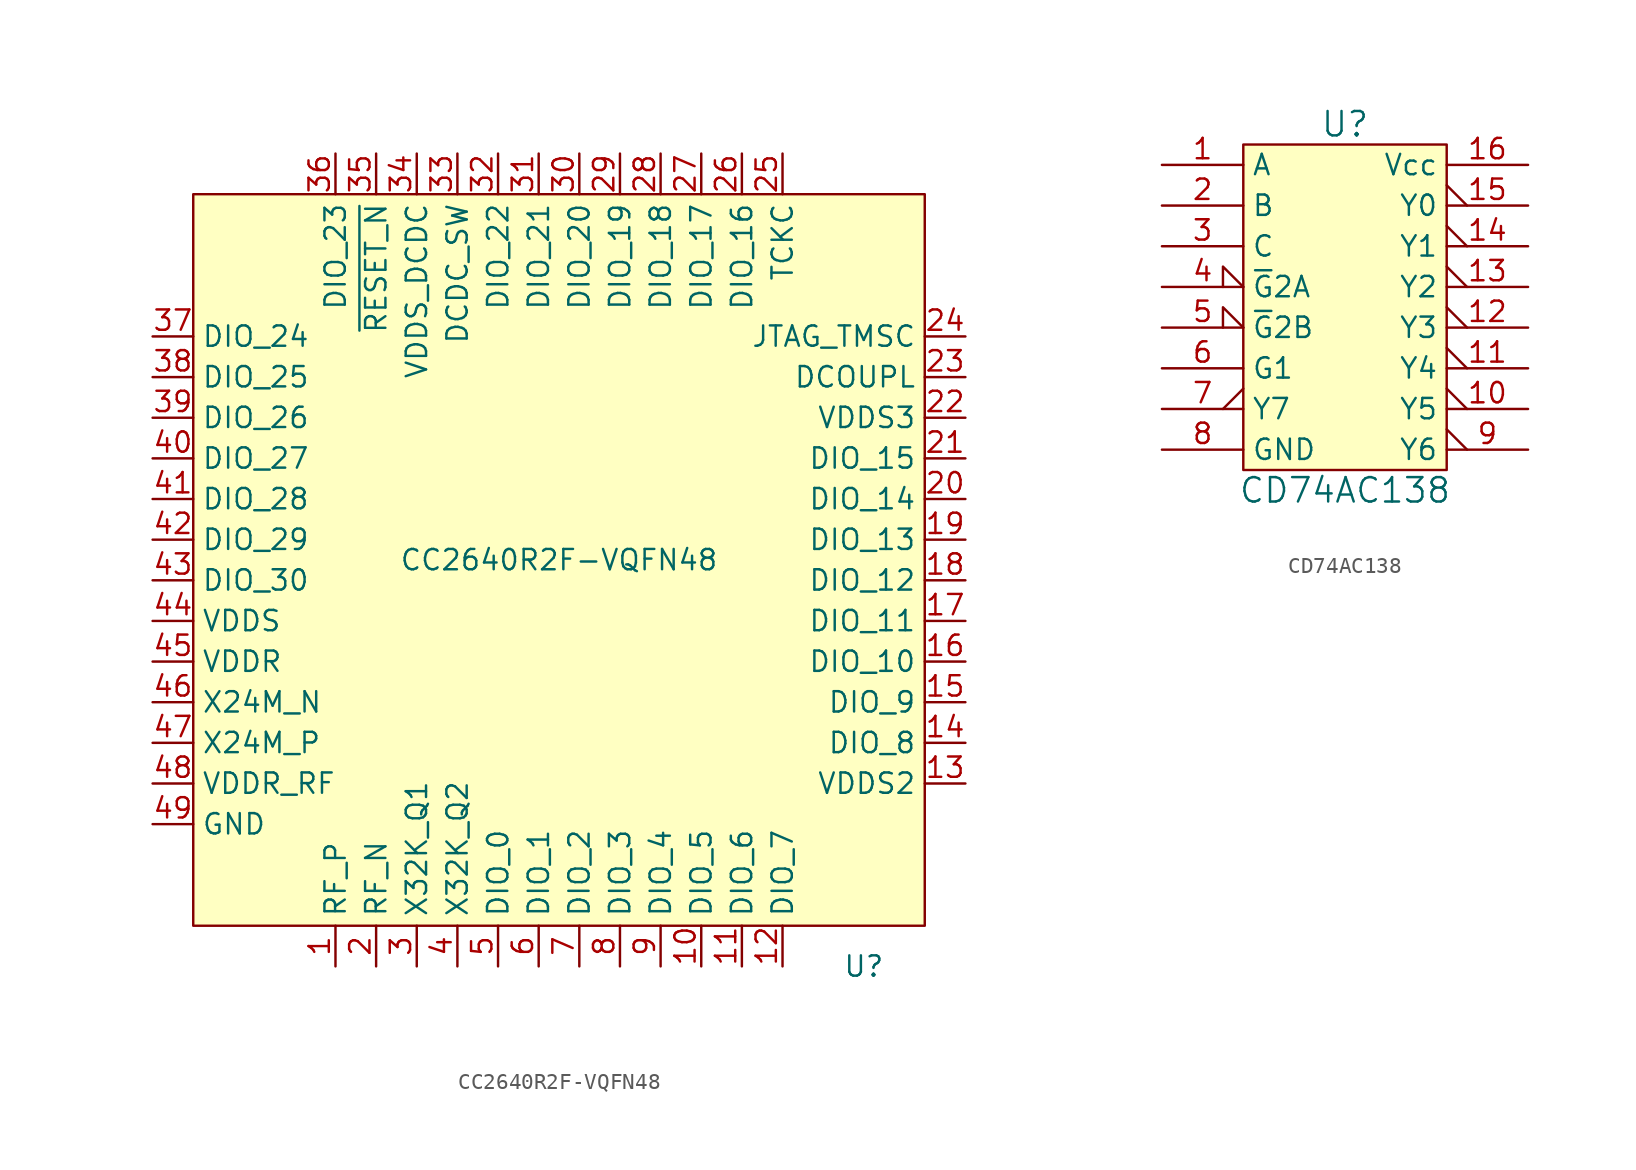
<source format=kicad_sym>
(kicad_symbol_lib
  (version 20241209)
  (generator "kicad_symbol_editor")
  (generator_version "9.0")
  (symbol "CC2640R2F-VQFN48"
    (property "Reference" "U"
      (at 19.05 -25.4 0)
      (effects (font (size 1.27 1.27))))
    (property "Value" "CC2640R2F-VQFN48"
      (at 0 0 0)
      (effects (font (size 1.27 1.27))))
    (symbol "CC2640R2F-VQFN48_0_1"
      (rectangle (start -22.86 22.86) (end 22.86 -22.86) (stroke (width 0) (type default)) (fill (type background))))
    (symbol "CC2640R2F-VQFN48_1_1"
      (pin bidirectional line (at -25.4 13.97 0) (length 2.54) (name "DIO_24" (effects (font (size 1.27 1.27)))) (number "37" (effects (font (size 1.27 1.27)))))
      (pin bidirectional line (at -25.4 11.43 0) (length 2.54) (name "DIO_25" (effects (font (size 1.27 1.27)))) (number "38" (effects (font (size 1.27 1.27)))))
      (pin bidirectional line (at -25.4 8.89 0) (length 2.54) (name "DIO_26" (effects (font (size 1.27 1.27)))) (number "39" (effects (font (size 1.27 1.27)))))
      (pin bidirectional line (at -25.4 6.35 0) (length 2.54) (name "DIO_27" (effects (font (size 1.27 1.27)))) (number "40" (effects (font (size 1.27 1.27)))))
      (pin bidirectional line (at -25.4 3.81 0) (length 2.54) (name "DIO_28" (effects (font (size 1.27 1.27)))) (number "41" (effects (font (size 1.27 1.27)))))
      (pin bidirectional line (at -25.4 1.27 0) (length 2.54) (name "DIO_29" (effects (font (size 1.27 1.27)))) (number "42" (effects (font (size 1.27 1.27)))))
      (pin bidirectional line (at -25.4 -1.27 0) (length 2.54) (name "DIO_30" (effects (font (size 1.27 1.27)))) (number "43" (effects (font (size 1.27 1.27)))))
      (pin power_in line (at -25.4 -3.81 0) (length 2.54) (name "VDDS" (effects (font (size 1.27 1.27)))) (number "44" (effects (font (size 1.27 1.27)))))
      (pin power_in line (at -25.4 -6.35 0) (length 2.54) (name "VDDR" (effects (font (size 1.27 1.27)))) (number "45" (effects (font (size 1.27 1.27)))))
      (pin passive line (at -25.4 -8.89 0) (length 2.54) (name "X24M_N" (effects (font (size 1.27 1.27)))) (number "46" (effects (font (size 1.27 1.27)))))
      (pin passive line (at -25.4 -11.43 0) (length 2.54) (name "X24M_P" (effects (font (size 1.27 1.27)))) (number "47" (effects (font (size 1.27 1.27)))))
      (pin power_in line (at -25.4 -13.97 0) (length 2.54) (name "VDDR_RF" (effects (font (size 1.27 1.27)))) (number "48" (effects (font (size 1.27 1.27)))))
      (pin power_in line (at -25.4 -16.51 0) (length 2.54) (name "GND" (effects (font (size 1.27 1.27)))) (number "49" (effects (font (size 1.27 1.27)))))
      (pin bidirectional line (at -13.97 25.4 270) (length 2.54) (name "DIO_23" (effects (font (size 1.27 1.27)))) (number "36" (effects (font (size 1.27 1.27)))))
      (pin passive line (at -13.97 -25.4 90) (length 2.54) (name "RF_P" (effects (font (size 1.27 1.27)))) (number "1" (effects (font (size 1.27 1.27)))))
      (pin input line (at -11.43 25.4 270) (length 2.54) (name "~{RESET_N}" (effects (font (size 1.27 1.27)))) (number "35" (effects (font (size 1.27 1.27)))))
      (pin passive line (at -11.43 -25.4 90) (length 2.54) (name "RF_N" (effects (font (size 1.27 1.27)))) (number "2" (effects (font (size 1.27 1.27)))))
      (pin power_in line (at -8.89 25.4 270) (length 2.54) (name "VDDS_DCDC" (effects (font (size 1.27 1.27)))) (number "34" (effects (font (size 1.27 1.27)))))
      (pin passive line (at -8.89 -25.4 90) (length 2.54) (name "X32K_Q1" (effects (font (size 1.27 1.27)))) (number "3" (effects (font (size 1.27 1.27)))))
      (pin power_out line (at -6.35 25.4 270) (length 2.54) (name "DCDC_SW" (effects (font (size 1.27 1.27)))) (number "33" (effects (font (size 1.27 1.27)))))
      (pin passive line (at -6.35 -25.4 90) (length 2.54) (name "X32K_Q2" (effects (font (size 1.27 1.27)))) (number "4" (effects (font (size 1.27 1.27)))))
      (pin bidirectional line (at -3.81 25.4 270) (length 2.54) (name "DIO_22" (effects (font (size 1.27 1.27)))) (number "32" (effects (font (size 1.27 1.27)))))
      (pin bidirectional line (at -3.81 -25.4 90) (length 2.54) (name "DIO_0" (effects (font (size 1.27 1.27)))) (number "5" (effects (font (size 1.27 1.27)))))
      (pin bidirectional line (at -1.27 25.4 270) (length 2.54) (name "DIO_21" (effects (font (size 1.27 1.27)))) (number "31" (effects (font (size 1.27 1.27)))))
      (pin bidirectional line (at -1.27 -25.4 90) (length 2.54) (name "DIO_1" (effects (font (size 1.27 1.27)))) (number "6" (effects (font (size 1.27 1.27)))))
      (pin bidirectional line (at 1.27 25.4 270) (length 2.54) (name "DIO_20" (effects (font (size 1.27 1.27)))) (number "30" (effects (font (size 1.27 1.27)))))
      (pin bidirectional line (at 1.27 -25.4 90) (length 2.54) (name "DIO_2" (effects (font (size 1.27 1.27)))) (number "7" (effects (font (size 1.27 1.27)))))
      (pin bidirectional line (at 3.81 25.4 270) (length 2.54) (name "DIO_19" (effects (font (size 1.27 1.27)))) (number "29" (effects (font (size 1.27 1.27)))))
      (pin bidirectional line (at 3.81 -25.4 90) (length 2.54) (name "DIO_3" (effects (font (size 1.27 1.27)))) (number "8" (effects (font (size 1.27 1.27)))))
      (pin bidirectional line (at 6.35 25.4 270) (length 2.54) (name "DIO_18" (effects (font (size 1.27 1.27)))) (number "28" (effects (font (size 1.27 1.27)))))
      (pin bidirectional line (at 6.35 -25.4 90) (length 2.54) (name "DIO_4" (effects (font (size 1.27 1.27)))) (number "9" (effects (font (size 1.27 1.27)))))
      (pin bidirectional line (at 8.89 25.4 270) (length 2.54) (name "DIO_17" (effects (font (size 1.27 1.27)))) (number "27" (effects (font (size 1.27 1.27)))))
      (pin bidirectional line (at 8.89 -25.4 90) (length 2.54) (name "DIO_5" (effects (font (size 1.27 1.27)))) (number "10" (effects (font (size 1.27 1.27)))))
      (pin bidirectional line (at 11.43 25.4 270) (length 2.54) (name "DIO_16" (effects (font (size 1.27 1.27)))) (number "26" (effects (font (size 1.27 1.27)))))
      (pin bidirectional line (at 11.43 -25.4 90) (length 2.54) (name "DIO_6" (effects (font (size 1.27 1.27)))) (number "11" (effects (font (size 1.27 1.27)))))
      (pin input line (at 13.97 25.4 270) (length 2.54) (name "TCKC" (effects (font (size 1.27 1.27)))) (number "25" (effects (font (size 1.27 1.27)))))
      (pin bidirectional line (at 13.97 -25.4 90) (length 2.54) (name "DIO_7" (effects (font (size 1.27 1.27)))) (number "12" (effects (font (size 1.27 1.27)))))
      (pin input line (at 25.4 13.97 180) (length 2.54) (name "JTAG_TMSC" (effects (font (size 1.27 1.27)))) (number "24" (effects (font (size 1.27 1.27)))))
      (pin power_out line (at 25.4 11.43 180) (length 2.54) (name "DCOUPL" (effects (font (size 1.27 1.27)))) (number "23" (effects (font (size 1.27 1.27)))))
      (pin power_in line (at 25.4 8.89 180) (length 2.54) (name "VDDS3" (effects (font (size 1.27 1.27)))) (number "22" (effects (font (size 1.27 1.27)))))
      (pin bidirectional line (at 25.4 6.35 180) (length 2.54) (name "DIO_15" (effects (font (size 1.27 1.27)))) (number "21" (effects (font (size 1.27 1.27)))))
      (pin bidirectional line (at 25.4 3.81 180) (length 2.54) (name "DIO_14" (effects (font (size 1.27 1.27)))) (number "20" (effects (font (size 1.27 1.27)))))
      (pin bidirectional line (at 25.4 1.27 180) (length 2.54) (name "DIO_13" (effects (font (size 1.27 1.27)))) (number "19" (effects (font (size 1.27 1.27)))))
      (pin bidirectional line (at 25.4 -1.27 180) (length 2.54) (name "DIO_12" (effects (font (size 1.27 1.27)))) (number "18" (effects (font (size 1.27 1.27)))))
      (pin bidirectional line (at 25.4 -3.81 180) (length 2.54) (name "DIO_11" (effects (font (size 1.27 1.27)))) (number "17" (effects (font (size 1.27 1.27)))))
      (pin bidirectional line (at 25.4 -6.35 180) (length 2.54) (name "DIO_10" (effects (font (size 1.27 1.27)))) (number "16" (effects (font (size 1.27 1.27)))))
      (pin bidirectional line (at 25.4 -8.89 180) (length 2.54) (name "DIO_9" (effects (font (size 1.27 1.27)))) (number "15" (effects (font (size 1.27 1.27)))))
      (pin bidirectional line (at 25.4 -11.43 180) (length 2.54) (name "DIO_8" (effects (font (size 1.27 1.27)))) (number "14" (effects (font (size 1.27 1.27)))))
      (pin power_in line (at 25.4 -13.97 180) (length 2.54) (name "VDDS2" (effects (font (size 1.27 1.27)))) (number "13" (effects (font (size 1.27 1.27)))))))
  (symbol "CD74AC138"
    (property "Reference" "U"
      (at 0 11.43 0)
      (effects (font (size 1.524 1.524))))
    (property "Value" "CD74AC138"
      (at 0 -11.43 0)
      (effects (font (size 1.524 1.524))))
    (property "Footprint" ""
      (at 0 1.27 0)
      (effects (font (size 1.524 1.524))))
    (property "Datasheet" ""
      (at 0 1.27 0)
      (effects (font (size 1.524 1.524))))
    (symbol "CD74AC138_0_1"
      (rectangle (start -6.35 10.16) (end 6.35 -10.16) (stroke (width 0) (type default)) (fill (type background))))
    (symbol "CD74AC138_1_1"
      (pin input line (at -11.43 8.89 0) (length 5.08) (name "A" (effects (font (size 1.27 1.27)))) (number "1" (effects (font (size 1.27 1.27)))))
      (pin input line (at -11.43 6.35 0) (length 5.08) (name "B" (effects (font (size 1.27 1.27)))) (number "2" (effects (font (size 1.27 1.27)))))
      (pin input line (at -11.43 3.81 0) (length 5.08) (name "C" (effects (font (size 1.27 1.27)))) (number "3" (effects (font (size 1.27 1.27)))))
      (pin input input_low (at -11.43 1.27 0) (length 5.08) (name "~{G}2A" (effects (font (size 1.27 1.27)))) (number "4" (effects (font (size 1.27 1.27)))))
      (pin input input_low (at -11.43 -1.27 0) (length 5.08) (name "~{G}2B" (effects (font (size 1.27 1.27)))) (number "5" (effects (font (size 1.27 1.27)))))
      (pin input line (at -11.43 -3.81 0) (length 5.08) (name "G1" (effects (font (size 1.27 1.27)))) (number "6" (effects (font (size 1.27 1.27)))))
      (pin output output_low (at -11.43 -6.35 0) (length 5.08) (name "Y7" (effects (font (size 1.27 1.27)))) (number "7" (effects (font (size 1.27 1.27)))))
      (pin power_in line (at -11.43 -8.89 0) (length 5.08) (name "GND" (effects (font (size 1.27 1.27)))) (number "8" (effects (font (size 1.27 1.27)))))
      (pin power_in line (at 11.43 8.89 180) (length 5.08) (name "Vcc" (effects (font (size 1.27 1.27)))) (number "16" (effects (font (size 1.27 1.27)))))
      (pin output output_low (at 11.43 6.35 180) (length 5.08) (name "Y0" (effects (font (size 1.27 1.27)))) (number "15" (effects (font (size 1.27 1.27)))))
      (pin output output_low (at 11.43 3.81 180) (length 5.08) (name "Y1" (effects (font (size 1.27 1.27)))) (number "14" (effects (font (size 1.27 1.27)))))
      (pin output output_low (at 11.43 1.27 180) (length 5.08) (name "Y2" (effects (font (size 1.27 1.27)))) (number "13" (effects (font (size 1.27 1.27)))))
      (pin output output_low (at 11.43 -1.27 180) (length 5.08) (name "Y3" (effects (font (size 1.27 1.27)))) (number "12" (effects (font (size 1.27 1.27)))))
      (pin output output_low (at 11.43 -3.81 180) (length 5.08) (name "Y4" (effects (font (size 1.27 1.27)))) (number "11" (effects (font (size 1.27 1.27)))))
      (pin output output_low (at 11.43 -6.35 180) (length 5.08) (name "Y5" (effects (font (size 1.27 1.27)))) (number "10" (effects (font (size 1.27 1.27)))))
      (pin output output_low (at 11.43 -8.89 180) (length 5.08) (name "Y6" (effects (font (size 1.27 1.27)))) (number "9" (effects (font (size 1.27 1.27))))))))
</source>
